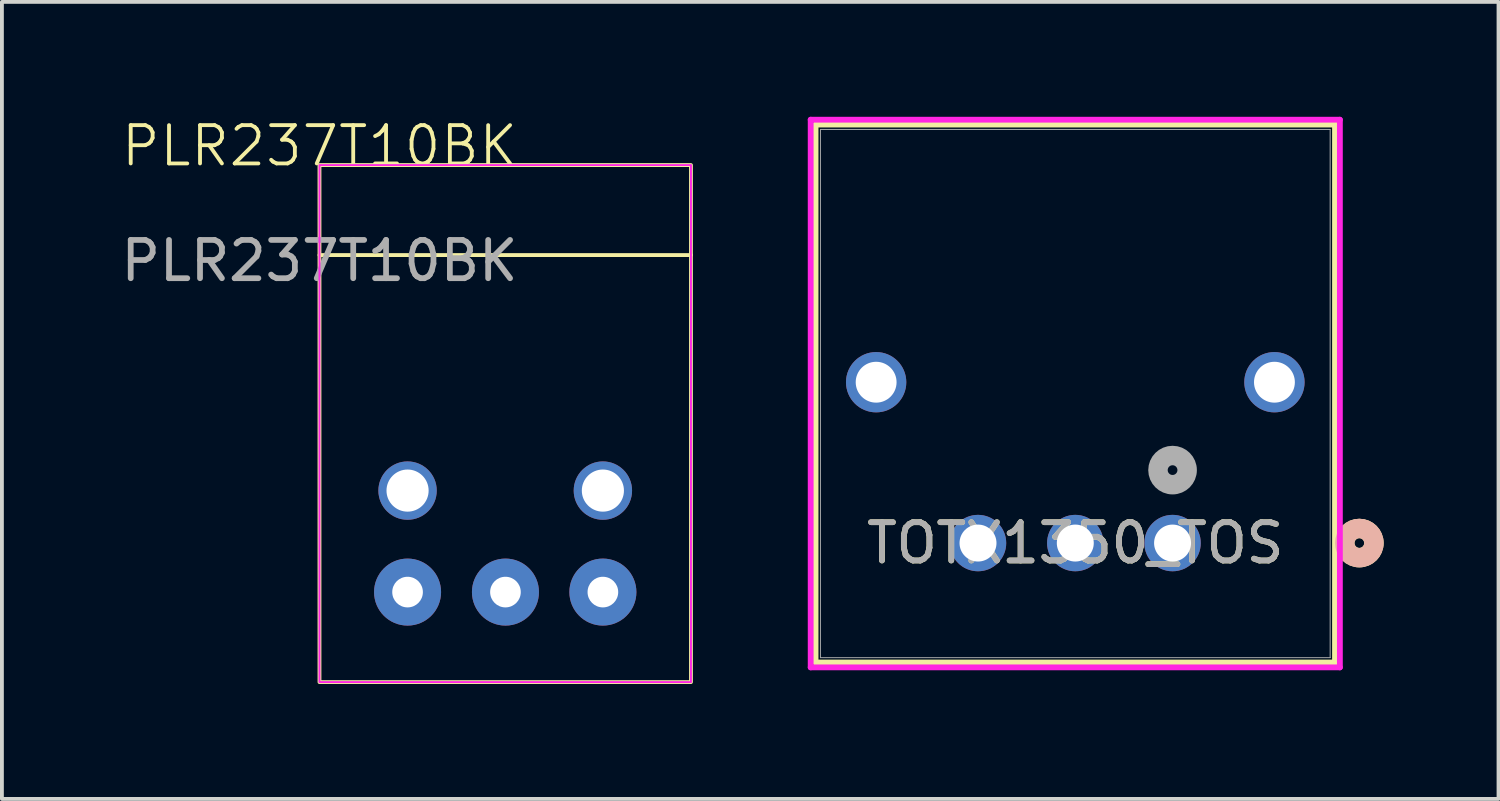
<source format=kicad_pcb>
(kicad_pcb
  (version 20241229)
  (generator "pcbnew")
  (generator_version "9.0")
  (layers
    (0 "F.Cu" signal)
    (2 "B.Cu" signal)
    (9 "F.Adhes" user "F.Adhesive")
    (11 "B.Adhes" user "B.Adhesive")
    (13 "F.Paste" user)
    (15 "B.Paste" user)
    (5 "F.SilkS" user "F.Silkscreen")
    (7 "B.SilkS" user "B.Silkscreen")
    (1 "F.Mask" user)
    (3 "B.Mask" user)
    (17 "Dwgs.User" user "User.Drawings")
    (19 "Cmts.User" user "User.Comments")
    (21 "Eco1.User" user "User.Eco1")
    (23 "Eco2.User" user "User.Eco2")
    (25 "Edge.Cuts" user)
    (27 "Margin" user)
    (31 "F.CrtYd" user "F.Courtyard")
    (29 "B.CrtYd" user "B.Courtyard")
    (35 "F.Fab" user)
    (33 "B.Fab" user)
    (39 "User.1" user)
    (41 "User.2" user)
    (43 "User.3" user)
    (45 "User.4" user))
  (footprint "TOTX1350_TOS"
    (layer "F.Cu")
    (at 27.567 11.13)
    (property "Reference" "TOTX1350_TOS" (at -2.54 0 0) (unlocked yes) (layer "F.SilkS") (effects (font (size 1 1) (thickness 0.15))))
    (attr through_hole)
    (fp_line (start -9.322 -10.927) (end -9.322 3.119) (stroke (width 0.152) (type solid)) (layer "F.SilkS"))
    (fp_line (start -9.322 3.119) (end 4.242 3.119) (stroke (width 0.152) (type solid)) (layer "F.SilkS"))
    (fp_line (start 4.242 -10.927) (end -9.322 -10.927) (stroke (width 0.152) (type solid)) (layer "F.SilkS"))
    (fp_line (start 4.242 3.119) (end 4.242 -10.927) (stroke (width 0.152) (type solid)) (layer "F.SilkS"))
    (fp_circle (center 4.877 0) (end 5.258 0) (stroke (width 0.508) (type solid)) (fill no) (layer "F.SilkS"))
    (fp_circle (center 4.877 0) (end 5.258 0) (stroke (width 0.508) (type solid)) (fill no) (layer "B.SilkS"))
    (fp_line (start -9.449 -11.054) (end -9.449 3.246) (stroke (width 0.152) (type solid)) (layer "F.CrtYd"))
    (fp_line (start -9.449 3.246) (end 4.369 3.246) (stroke (width 0.152) (type solid)) (layer "F.CrtYd"))
    (fp_line (start 4.369 -11.054) (end -9.449 -11.054) (stroke (width 0.152) (type solid)) (layer "F.CrtYd"))
    (fp_line (start 4.369 3.246) (end 4.369 -11.054) (stroke (width 0.152) (type solid)) (layer "F.CrtYd"))
    (fp_line (start -9.195 -10.8) (end -9.195 2.992) (stroke (width 0.025) (type solid)) (layer "F.Fab"))
    (fp_line (start -9.195 2.992) (end 4.115 2.992) (stroke (width 0.025) (type solid)) (layer "F.Fab"))
    (fp_line (start 4.115 -10.8) (end -9.195 -10.8) (stroke (width 0.025) (type solid)) (layer "F.Fab"))
    (fp_line (start 4.115 2.992) (end 4.115 -10.8) (stroke (width 0.025) (type solid)) (layer "F.Fab"))
    (fp_circle (center 0 -1.905) (end 0.381 -1.905) (stroke (width 0.508) (type solid)) (fill no) (layer "F.Fab"))
    (fp_text user "${REFERENCE}" (at -2.54 0 0) (unlocked yes) (layer "F.Fab") (effects (font (size 1 1) (thickness 0.15))))
    (pad "1" thru_hole circle (at 0 0) (size 1.473 1.473) (drill 0.965) (layers "*.Cu" "*.Mask"))
    (pad "2" thru_hole circle (at -2.54 0) (size 1.473 1.473) (drill 0.965) (layers "*.Cu" "*.Mask"))
    (pad "3" thru_hole circle (at -5.08 0) (size 1.473 1.473) (drill 0.965) (layers "*.Cu" "*.Mask"))
    (pad "4" thru_hole circle (at -7.74 -4.2) (size 1.575 1.575) (drill 1.067) (layers "*.Cu" "*.Mask"))
    (pad "5" thru_hole circle (at 2.66 -4.2) (size 1.575 1.575) (drill 1.067) (layers "*.Cu" "*.Mask")))
  (footprint "PLR237T10BK"
    (layer "F.Cu")
    (at 5.292 1.26)
    (property "Reference" "PLR237T10BK" (at 0 -0.5 0) (unlocked yes) (layer "F.SilkS") (effects (font (size 1 1) (thickness 0.1))))
    (attr through_hole)
    (fp_line (start 0 2.35) (end 9.7 2.35) (stroke (width 0.1) (type default)) (layer "F.SilkS"))
    (fp_rect (start 0 0) (end 9.7 13.5) (stroke (width 0.1) (type default)) (fill no) (layer "F.SilkS"))
    (fp_rect (start 0 0) (end 9.7 13.5) (stroke (width 0.05) (type default)) (fill no) (layer "F.CrtYd"))
    (fp_text user "${REFERENCE}" (at 0 2.5 0) (unlocked yes) (layer "F.Fab") (effects (font (size 1 1) (thickness 0.15))))
    (pad "1" thru_hole circle (at 2.3 11.15) (size 1.75 1.75) (drill 0.8) (layers "*.Cu" "*.Mask"))
    (pad "2" thru_hole circle (at 4.856 11.15) (size 1.75 1.75) (drill 0.8) (layers "*.Cu" "*.Mask"))
    (pad "3" thru_hole circle (at 7.4 11.15) (size 1.75 1.75) (drill 0.8) (layers "*.Cu" "*.Mask"))
    (pad "4" thru_hole circle (at 2.3 8.5) (size 1.524 1.524) (drill 1.1) (layers "*.Cu" "*.Mask"))
    (pad "5" thru_hole circle (at 7.4 8.5) (size 1.524 1.524) (drill 1.1) (layers "*.Cu" "*.Mask")))
  (gr_rect
    (start -3 -3)
    (end 36.078 17.811)
    (stroke (width 0.1) (type default))
    (fill no)
    (layer "Edge.Cuts")))
</source>
